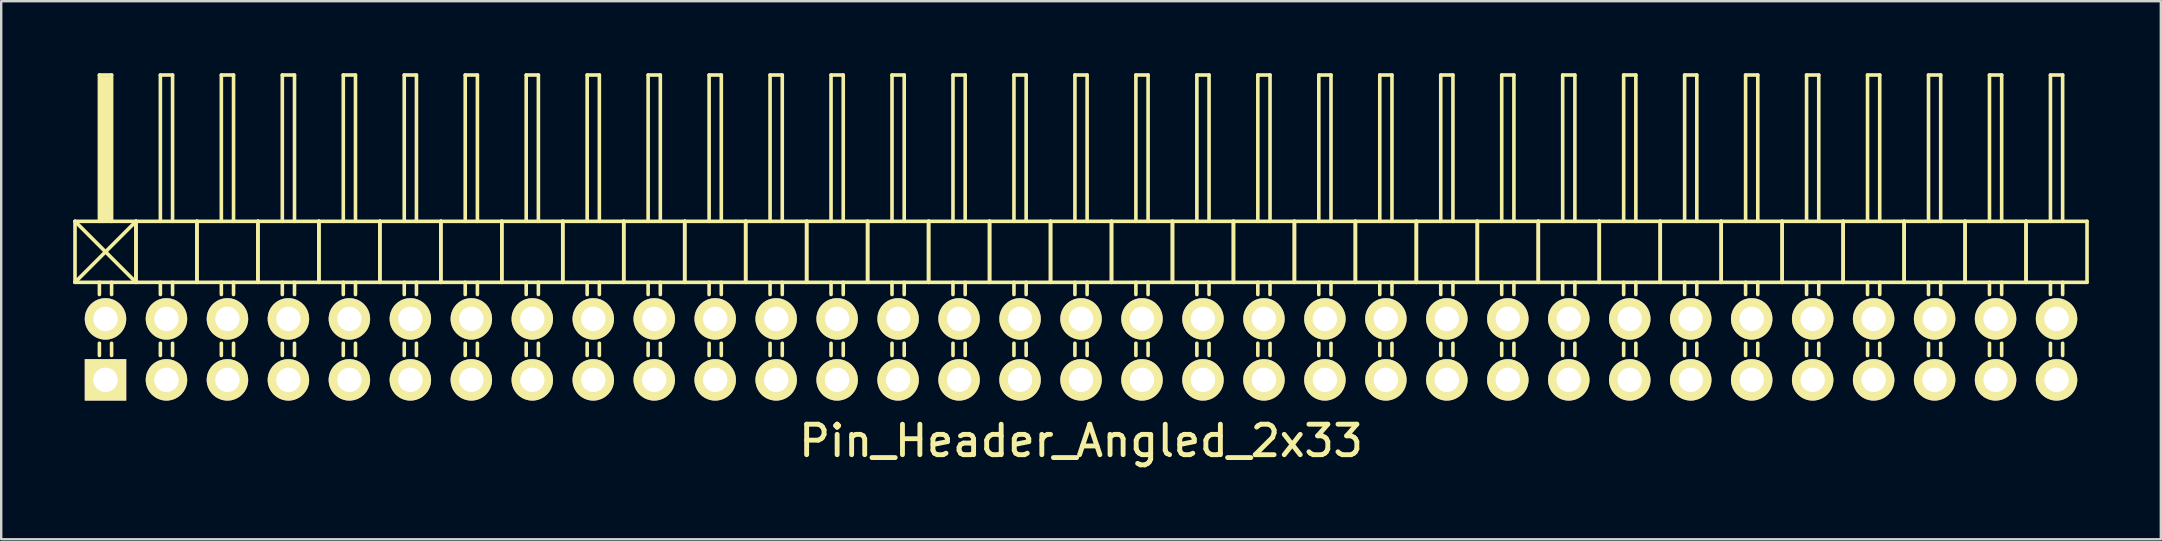
<source format=kicad_pcb>
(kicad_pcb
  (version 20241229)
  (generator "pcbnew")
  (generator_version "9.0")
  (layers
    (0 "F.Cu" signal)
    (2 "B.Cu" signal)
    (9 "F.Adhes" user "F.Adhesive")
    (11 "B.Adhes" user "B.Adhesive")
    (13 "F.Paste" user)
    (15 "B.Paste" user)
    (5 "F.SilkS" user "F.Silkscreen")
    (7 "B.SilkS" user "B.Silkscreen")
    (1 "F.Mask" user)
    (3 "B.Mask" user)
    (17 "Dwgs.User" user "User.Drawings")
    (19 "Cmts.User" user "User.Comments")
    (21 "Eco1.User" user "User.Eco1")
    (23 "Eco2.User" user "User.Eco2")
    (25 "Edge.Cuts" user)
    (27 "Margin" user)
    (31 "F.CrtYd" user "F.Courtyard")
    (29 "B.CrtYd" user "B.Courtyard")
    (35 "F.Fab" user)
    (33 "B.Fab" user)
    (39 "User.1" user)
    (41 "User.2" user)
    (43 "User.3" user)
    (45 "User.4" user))
  (footprint "Pin_Header_Angled_2x33"
    (layer "F.Cu")
    (at 41.985 11.505)
    (property "Reference" "Pin_Header_Angled_2x33" (at 0 3.81 0) (layer "F.SilkS") (effects (font (size 1.27 1.27) (thickness 0.203))))
    (attr through_hole)
    (fp_line (start -41.91 -5.334) (end -39.37 -2.794) (stroke (width 0.15) (type solid)) (layer "F.SilkS"))
    (fp_line (start -41.91 -2.794) (end -41.91 -5.334) (stroke (width 0.15) (type solid)) (layer "F.SilkS"))
    (fp_line (start -41.91 -2.794) (end -39.37 -5.334) (stroke (width 0.15) (type solid)) (layer "F.SilkS"))
    (fp_line (start -41.91 -2.794) (end -39.37 -2.794) (stroke (width 0.15) (type solid)) (layer "F.SilkS"))
    (fp_line (start -40.894 -11.43) (end -40.386 -11.43) (stroke (width 0.15) (type solid)) (layer "F.SilkS"))
    (fp_line (start -40.894 -5.334) (end -40.894 -11.43) (stroke (width 0.15) (type solid)) (layer "F.SilkS"))
    (fp_line (start -40.894 -2.794) (end -40.894 -2.286) (stroke (width 0.15) (type solid)) (layer "F.SilkS"))
    (fp_line (start -40.894 -0.254) (end -40.894 0.254) (stroke (width 0.15) (type solid)) (layer "F.SilkS"))
    (fp_line (start -40.767 -11.303) (end -40.513 -11.303) (stroke (width 0.15) (type solid)) (layer "F.SilkS"))
    (fp_line (start -40.767 -5.334) (end -40.767 -11.303) (stroke (width 0.15) (type solid)) (layer "F.SilkS"))
    (fp_line (start -40.64 -5.461) (end -40.64 -11.303) (stroke (width 0.15) (type solid)) (layer "F.SilkS"))
    (fp_line (start -40.513 -11.303) (end -40.513 -5.461) (stroke (width 0.15) (type solid)) (layer "F.SilkS"))
    (fp_line (start -40.513 -5.461) (end -40.64 -5.461) (stroke (width 0.15) (type solid)) (layer "F.SilkS"))
    (fp_line (start -40.386 -11.43) (end -40.386 -5.334) (stroke (width 0.15) (type solid)) (layer "F.SilkS"))
    (fp_line (start -40.386 -2.794) (end -40.386 -2.286) (stroke (width 0.15) (type solid)) (layer "F.SilkS"))
    (fp_line (start -40.386 -0.254) (end -40.386 0.254) (stroke (width 0.15) (type solid)) (layer "F.SilkS"))
    (fp_line (start -39.37 -5.334) (end -41.91 -5.334) (stroke (width 0.15) (type solid)) (layer "F.SilkS"))
    (fp_line (start -39.37 -2.794) (end -39.37 -5.334) (stroke (width 0.15) (type solid)) (layer "F.SilkS"))
    (fp_line (start -39.37 -2.794) (end -39.37 -5.334) (stroke (width 0.15) (type solid)) (layer "F.SilkS"))
    (fp_line (start -39.37 -2.794) (end -36.83 -2.794) (stroke (width 0.15) (type solid)) (layer "F.SilkS"))
    (fp_line (start -38.354 -11.43) (end -37.846 -11.43) (stroke (width 0.15) (type solid)) (layer "F.SilkS"))
    (fp_line (start -38.354 -5.334) (end -38.354 -11.43) (stroke (width 0.15) (type solid)) (layer "F.SilkS"))
    (fp_line (start -38.354 -2.794) (end -38.354 -2.286) (stroke (width 0.15) (type solid)) (layer "F.SilkS"))
    (fp_line (start -38.354 -0.254) (end -38.354 0.254) (stroke (width 0.15) (type solid)) (layer "F.SilkS"))
    (fp_line (start -37.846 -11.43) (end -37.846 -5.334) (stroke (width 0.15) (type solid)) (layer "F.SilkS"))
    (fp_line (start -37.846 -2.794) (end -37.846 -2.286) (stroke (width 0.15) (type solid)) (layer "F.SilkS"))
    (fp_line (start -37.846 -0.254) (end -37.846 0.254) (stroke (width 0.15) (type solid)) (layer "F.SilkS"))
    (fp_line (start -36.83 -5.334) (end -39.37 -5.334) (stroke (width 0.15) (type solid)) (layer "F.SilkS"))
    (fp_line (start -36.83 -2.794) (end -36.83 -5.334) (stroke (width 0.15) (type solid)) (layer "F.SilkS"))
    (fp_line (start -36.83 -2.794) (end -36.83 -5.334) (stroke (width 0.15) (type solid)) (layer "F.SilkS"))
    (fp_line (start -36.83 -2.794) (end -34.29 -2.794) (stroke (width 0.15) (type solid)) (layer "F.SilkS"))
    (fp_line (start -35.814 -11.43) (end -35.306 -11.43) (stroke (width 0.15) (type solid)) (layer "F.SilkS"))
    (fp_line (start -35.814 -5.334) (end -35.814 -11.43) (stroke (width 0.15) (type solid)) (layer "F.SilkS"))
    (fp_line (start -35.814 -2.794) (end -35.814 -2.286) (stroke (width 0.15) (type solid)) (layer "F.SilkS"))
    (fp_line (start -35.814 -0.254) (end -35.814 0.254) (stroke (width 0.15) (type solid)) (layer "F.SilkS"))
    (fp_line (start -35.306 -11.43) (end -35.306 -5.334) (stroke (width 0.15) (type solid)) (layer "F.SilkS"))
    (fp_line (start -35.306 -2.794) (end -35.306 -2.286) (stroke (width 0.15) (type solid)) (layer "F.SilkS"))
    (fp_line (start -35.306 -0.254) (end -35.306 0.254) (stroke (width 0.15) (type solid)) (layer "F.SilkS"))
    (fp_line (start -34.29 -5.334) (end -36.83 -5.334) (stroke (width 0.15) (type solid)) (layer "F.SilkS"))
    (fp_line (start -34.29 -2.794) (end -34.29 -5.334) (stroke (width 0.15) (type solid)) (layer "F.SilkS"))
    (fp_line (start -34.29 -2.794) (end -34.29 -5.334) (stroke (width 0.15) (type solid)) (layer "F.SilkS"))
    (fp_line (start -34.29 -2.794) (end -31.75 -2.794) (stroke (width 0.15) (type solid)) (layer "F.SilkS"))
    (fp_line (start -33.274 -11.43) (end -32.766 -11.43) (stroke (width 0.15) (type solid)) (layer "F.SilkS"))
    (fp_line (start -33.274 -5.334) (end -33.274 -11.43) (stroke (width 0.15) (type solid)) (layer "F.SilkS"))
    (fp_line (start -33.274 -2.794) (end -33.274 -2.286) (stroke (width 0.15) (type solid)) (layer "F.SilkS"))
    (fp_line (start -33.274 -0.254) (end -33.274 0.254) (stroke (width 0.15) (type solid)) (layer "F.SilkS"))
    (fp_line (start -32.766 -11.43) (end -32.766 -5.334) (stroke (width 0.15) (type solid)) (layer "F.SilkS"))
    (fp_line (start -32.766 -2.794) (end -32.766 -2.286) (stroke (width 0.15) (type solid)) (layer "F.SilkS"))
    (fp_line (start -32.766 -0.254) (end -32.766 0.254) (stroke (width 0.15) (type solid)) (layer "F.SilkS"))
    (fp_line (start -31.75 -5.334) (end -34.29 -5.334) (stroke (width 0.15) (type solid)) (layer "F.SilkS"))
    (fp_line (start -31.75 -2.794) (end -31.75 -5.334) (stroke (width 0.15) (type solid)) (layer "F.SilkS"))
    (fp_line (start -31.75 -2.794) (end -31.75 -5.334) (stroke (width 0.15) (type solid)) (layer "F.SilkS"))
    (fp_line (start -31.75 -2.794) (end -29.21 -2.794) (stroke (width 0.15) (type solid)) (layer "F.SilkS"))
    (fp_line (start -30.734 -11.43) (end -30.226 -11.43) (stroke (width 0.15) (type solid)) (layer "F.SilkS"))
    (fp_line (start -30.734 -5.334) (end -30.734 -11.43) (stroke (width 0.15) (type solid)) (layer "F.SilkS"))
    (fp_line (start -30.734 -2.794) (end -30.734 -2.286) (stroke (width 0.15) (type solid)) (layer "F.SilkS"))
    (fp_line (start -30.734 -0.254) (end -30.734 0.254) (stroke (width 0.15) (type solid)) (layer "F.SilkS"))
    (fp_line (start -30.226 -11.43) (end -30.226 -5.334) (stroke (width 0.15) (type solid)) (layer "F.SilkS"))
    (fp_line (start -30.226 -2.794) (end -30.226 -2.286) (stroke (width 0.15) (type solid)) (layer "F.SilkS"))
    (fp_line (start -30.226 -0.254) (end -30.226 0.254) (stroke (width 0.15) (type solid)) (layer "F.SilkS"))
    (fp_line (start -29.21 -5.334) (end -31.75 -5.334) (stroke (width 0.15) (type solid)) (layer "F.SilkS"))
    (fp_line (start -29.21 -2.794) (end -29.21 -5.334) (stroke (width 0.15) (type solid)) (layer "F.SilkS"))
    (fp_line (start -29.21 -2.794) (end -29.21 -5.334) (stroke (width 0.15) (type solid)) (layer "F.SilkS"))
    (fp_line (start -29.21 -2.794) (end -26.67 -2.794) (stroke (width 0.15) (type solid)) (layer "F.SilkS"))
    (fp_line (start -28.194 -11.43) (end -27.686 -11.43) (stroke (width 0.15) (type solid)) (layer "F.SilkS"))
    (fp_line (start -28.194 -5.334) (end -28.194 -11.43) (stroke (width 0.15) (type solid)) (layer "F.SilkS"))
    (fp_line (start -28.194 -2.794) (end -28.194 -2.286) (stroke (width 0.15) (type solid)) (layer "F.SilkS"))
    (fp_line (start -28.194 -0.254) (end -28.194 0.254) (stroke (width 0.15) (type solid)) (layer "F.SilkS"))
    (fp_line (start -27.686 -11.43) (end -27.686 -5.334) (stroke (width 0.15) (type solid)) (layer "F.SilkS"))
    (fp_line (start -27.686 -2.794) (end -27.686 -2.286) (stroke (width 0.15) (type solid)) (layer "F.SilkS"))
    (fp_line (start -27.686 -0.254) (end -27.686 0.254) (stroke (width 0.15) (type solid)) (layer "F.SilkS"))
    (fp_line (start -26.67 -5.334) (end -29.21 -5.334) (stroke (width 0.15) (type solid)) (layer "F.SilkS"))
    (fp_line (start -26.67 -2.794) (end -26.67 -5.334) (stroke (width 0.15) (type solid)) (layer "F.SilkS"))
    (fp_line (start -26.67 -2.794) (end -26.67 -5.334) (stroke (width 0.15) (type solid)) (layer "F.SilkS"))
    (fp_line (start -26.67 -2.794) (end -24.13 -2.794) (stroke (width 0.15) (type solid)) (layer "F.SilkS"))
    (fp_line (start -25.654 -11.43) (end -25.146 -11.43) (stroke (width 0.15) (type solid)) (layer "F.SilkS"))
    (fp_line (start -25.654 -5.334) (end -25.654 -11.43) (stroke (width 0.15) (type solid)) (layer "F.SilkS"))
    (fp_line (start -25.654 -2.794) (end -25.654 -2.286) (stroke (width 0.15) (type solid)) (layer "F.SilkS"))
    (fp_line (start -25.654 -0.254) (end -25.654 0.254) (stroke (width 0.15) (type solid)) (layer "F.SilkS"))
    (fp_line (start -25.146 -11.43) (end -25.146 -5.334) (stroke (width 0.15) (type solid)) (layer "F.SilkS"))
    (fp_line (start -25.146 -2.794) (end -25.146 -2.286) (stroke (width 0.15) (type solid)) (layer "F.SilkS"))
    (fp_line (start -25.146 -0.254) (end -25.146 0.254) (stroke (width 0.15) (type solid)) (layer "F.SilkS"))
    (fp_line (start -24.13 -5.334) (end -26.67 -5.334) (stroke (width 0.15) (type solid)) (layer "F.SilkS"))
    (fp_line (start -24.13 -2.794) (end -24.13 -5.334) (stroke (width 0.15) (type solid)) (layer "F.SilkS"))
    (fp_line (start -24.13 -2.794) (end -24.13 -5.334) (stroke (width 0.15) (type solid)) (layer "F.SilkS"))
    (fp_line (start -24.13 -2.794) (end -21.59 -2.794) (stroke (width 0.15) (type solid)) (layer "F.SilkS"))
    (fp_line (start -23.114 -11.43) (end -22.606 -11.43) (stroke (width 0.15) (type solid)) (layer "F.SilkS"))
    (fp_line (start -23.114 -5.334) (end -23.114 -11.43) (stroke (width 0.15) (type solid)) (layer "F.SilkS"))
    (fp_line (start -23.114 -2.794) (end -23.114 -2.286) (stroke (width 0.15) (type solid)) (layer "F.SilkS"))
    (fp_line (start -23.114 -0.254) (end -23.114 0.254) (stroke (width 0.15) (type solid)) (layer "F.SilkS"))
    (fp_line (start -22.606 -11.43) (end -22.606 -5.334) (stroke (width 0.15) (type solid)) (layer "F.SilkS"))
    (fp_line (start -22.606 -2.794) (end -22.606 -2.286) (stroke (width 0.15) (type solid)) (layer "F.SilkS"))
    (fp_line (start -22.606 -0.254) (end -22.606 0.254) (stroke (width 0.15) (type solid)) (layer "F.SilkS"))
    (fp_line (start -21.59 -5.334) (end -24.13 -5.334) (stroke (width 0.15) (type solid)) (layer "F.SilkS"))
    (fp_line (start -21.59 -2.794) (end -21.59 -5.334) (stroke (width 0.15) (type solid)) (layer "F.SilkS"))
    (fp_line (start -21.59 -2.794) (end -21.59 -5.334) (stroke (width 0.15) (type solid)) (layer "F.SilkS"))
    (fp_line (start -21.59 -2.794) (end -19.05 -2.794) (stroke (width 0.15) (type solid)) (layer "F.SilkS"))
    (fp_line (start -20.574 -11.43) (end -20.066 -11.43) (stroke (width 0.15) (type solid)) (layer "F.SilkS"))
    (fp_line (start -20.574 -5.334) (end -20.574 -11.43) (stroke (width 0.15) (type solid)) (layer "F.SilkS"))
    (fp_line (start -20.574 -2.794) (end -20.574 -2.286) (stroke (width 0.15) (type solid)) (layer "F.SilkS"))
    (fp_line (start -20.574 -0.254) (end -20.574 0.254) (stroke (width 0.15) (type solid)) (layer "F.SilkS"))
    (fp_line (start -20.066 -11.43) (end -20.066 -5.334) (stroke (width 0.15) (type solid)) (layer "F.SilkS"))
    (fp_line (start -20.066 -2.794) (end -20.066 -2.286) (stroke (width 0.15) (type solid)) (layer "F.SilkS"))
    (fp_line (start -20.066 -0.254) (end -20.066 0.254) (stroke (width 0.15) (type solid)) (layer "F.SilkS"))
    (fp_line (start -19.05 -5.334) (end -21.59 -5.334) (stroke (width 0.15) (type solid)) (layer "F.SilkS"))
    (fp_line (start -19.05 -2.794) (end -19.05 -5.334) (stroke (width 0.15) (type solid)) (layer "F.SilkS"))
    (fp_line (start -19.05 -2.794) (end -19.05 -5.334) (stroke (width 0.15) (type solid)) (layer "F.SilkS"))
    (fp_line (start -19.05 -2.794) (end -16.51 -2.794) (stroke (width 0.15) (type solid)) (layer "F.SilkS"))
    (fp_line (start -18.034 -11.43) (end -17.526 -11.43) (stroke (width 0.15) (type solid)) (layer "F.SilkS"))
    (fp_line (start -18.034 -5.334) (end -18.034 -11.43) (stroke (width 0.15) (type solid)) (layer "F.SilkS"))
    (fp_line (start -18.034 -2.794) (end -18.034 -2.286) (stroke (width 0.15) (type solid)) (layer "F.SilkS"))
    (fp_line (start -18.034 -0.254) (end -18.034 0.254) (stroke (width 0.15) (type solid)) (layer "F.SilkS"))
    (fp_line (start -17.526 -11.43) (end -17.526 -5.334) (stroke (width 0.15) (type solid)) (layer "F.SilkS"))
    (fp_line (start -17.526 -2.794) (end -17.526 -2.286) (stroke (width 0.15) (type solid)) (layer "F.SilkS"))
    (fp_line (start -17.526 -0.254) (end -17.526 0.254) (stroke (width 0.15) (type solid)) (layer "F.SilkS"))
    (fp_line (start -16.51 -5.334) (end -19.05 -5.334) (stroke (width 0.15) (type solid)) (layer "F.SilkS"))
    (fp_line (start -16.51 -2.794) (end -16.51 -5.334) (stroke (width 0.15) (type solid)) (layer "F.SilkS"))
    (fp_line (start -16.51 -2.794) (end -16.51 -5.334) (stroke (width 0.15) (type solid)) (layer "F.SilkS"))
    (fp_line (start -16.51 -2.794) (end -13.97 -2.794) (stroke (width 0.15) (type solid)) (layer "F.SilkS"))
    (fp_line (start -15.494 -11.43) (end -14.986 -11.43) (stroke (width 0.15) (type solid)) (layer "F.SilkS"))
    (fp_line (start -15.494 -5.334) (end -15.494 -11.43) (stroke (width 0.15) (type solid)) (layer "F.SilkS"))
    (fp_line (start -15.494 -2.794) (end -15.494 -2.286) (stroke (width 0.15) (type solid)) (layer "F.SilkS"))
    (fp_line (start -15.494 -0.254) (end -15.494 0.254) (stroke (width 0.15) (type solid)) (layer "F.SilkS"))
    (fp_line (start -14.986 -11.43) (end -14.986 -5.334) (stroke (width 0.15) (type solid)) (layer "F.SilkS"))
    (fp_line (start -14.986 -2.794) (end -14.986 -2.286) (stroke (width 0.15) (type solid)) (layer "F.SilkS"))
    (fp_line (start -14.986 -0.254) (end -14.986 0.254) (stroke (width 0.15) (type solid)) (layer "F.SilkS"))
    (fp_line (start -13.97 -5.334) (end -16.51 -5.334) (stroke (width 0.15) (type solid)) (layer "F.SilkS"))
    (fp_line (start -13.97 -2.794) (end -13.97 -5.334) (stroke (width 0.15) (type solid)) (layer "F.SilkS"))
    (fp_line (start -13.97 -2.794) (end -13.97 -5.334) (stroke (width 0.15) (type solid)) (layer "F.SilkS"))
    (fp_line (start -13.97 -2.794) (end -11.43 -2.794) (stroke (width 0.15) (type solid)) (layer "F.SilkS"))
    (fp_line (start -12.954 -11.43) (end -12.446 -11.43) (stroke (width 0.15) (type solid)) (layer "F.SilkS"))
    (fp_line (start -12.954 -5.334) (end -12.954 -11.43) (stroke (width 0.15) (type solid)) (layer "F.SilkS"))
    (fp_line (start -12.954 -2.794) (end -12.954 -2.286) (stroke (width 0.15) (type solid)) (layer "F.SilkS"))
    (fp_line (start -12.954 -0.254) (end -12.954 0.254) (stroke (width 0.15) (type solid)) (layer "F.SilkS"))
    (fp_line (start -12.446 -11.43) (end -12.446 -5.334) (stroke (width 0.15) (type solid)) (layer "F.SilkS"))
    (fp_line (start -12.446 -2.794) (end -12.446 -2.286) (stroke (width 0.15) (type solid)) (layer "F.SilkS"))
    (fp_line (start -12.446 -0.254) (end -12.446 0.254) (stroke (width 0.15) (type solid)) (layer "F.SilkS"))
    (fp_line (start -11.43 -5.334) (end -13.97 -5.334) (stroke (width 0.15) (type solid)) (layer "F.SilkS"))
    (fp_line (start -11.43 -2.794) (end -11.43 -5.334) (stroke (width 0.15) (type solid)) (layer "F.SilkS"))
    (fp_line (start -11.43 -2.794) (end -11.43 -5.334) (stroke (width 0.15) (type solid)) (layer "F.SilkS"))
    (fp_line (start -11.43 -2.794) (end -8.89 -2.794) (stroke (width 0.15) (type solid)) (layer "F.SilkS"))
    (fp_line (start -10.414 -11.43) (end -9.906 -11.43) (stroke (width 0.15) (type solid)) (layer "F.SilkS"))
    (fp_line (start -10.414 -5.334) (end -10.414 -11.43) (stroke (width 0.15) (type solid)) (layer "F.SilkS"))
    (fp_line (start -10.414 -2.794) (end -10.414 -2.286) (stroke (width 0.15) (type solid)) (layer "F.SilkS"))
    (fp_line (start -10.414 -0.254) (end -10.414 0.254) (stroke (width 0.15) (type solid)) (layer "F.SilkS"))
    (fp_line (start -9.906 -11.43) (end -9.906 -5.334) (stroke (width 0.15) (type solid)) (layer "F.SilkS"))
    (fp_line (start -9.906 -2.794) (end -9.906 -2.286) (stroke (width 0.15) (type solid)) (layer "F.SilkS"))
    (fp_line (start -9.906 -0.254) (end -9.906 0.254) (stroke (width 0.15) (type solid)) (layer "F.SilkS"))
    (fp_line (start -8.89 -5.334) (end -11.43 -5.334) (stroke (width 0.15) (type solid)) (layer "F.SilkS"))
    (fp_line (start -8.89 -2.794) (end -8.89 -5.334) (stroke (width 0.15) (type solid)) (layer "F.SilkS"))
    (fp_line (start -8.89 -2.794) (end -8.89 -5.334) (stroke (width 0.15) (type solid)) (layer "F.SilkS"))
    (fp_line (start -8.89 -2.794) (end -6.35 -2.794) (stroke (width 0.15) (type solid)) (layer "F.SilkS"))
    (fp_line (start -7.874 -11.43) (end -7.366 -11.43) (stroke (width 0.15) (type solid)) (layer "F.SilkS"))
    (fp_line (start -7.874 -5.334) (end -7.874 -11.43) (stroke (width 0.15) (type solid)) (layer "F.SilkS"))
    (fp_line (start -7.874 -2.794) (end -7.874 -2.286) (stroke (width 0.15) (type solid)) (layer "F.SilkS"))
    (fp_line (start -7.874 -0.254) (end -7.874 0.254) (stroke (width 0.15) (type solid)) (layer "F.SilkS"))
    (fp_line (start -7.366 -11.43) (end -7.366 -5.334) (stroke (width 0.15) (type solid)) (layer "F.SilkS"))
    (fp_line (start -7.366 -2.794) (end -7.366 -2.286) (stroke (width 0.15) (type solid)) (layer "F.SilkS"))
    (fp_line (start -7.366 -0.254) (end -7.366 0.254) (stroke (width 0.15) (type solid)) (layer "F.SilkS"))
    (fp_line (start -6.35 -5.334) (end -8.89 -5.334) (stroke (width 0.15) (type solid)) (layer "F.SilkS"))
    (fp_line (start -6.35 -2.794) (end -6.35 -5.334) (stroke (width 0.15) (type solid)) (layer "F.SilkS"))
    (fp_line (start -6.35 -2.794) (end -6.35 -5.334) (stroke (width 0.15) (type solid)) (layer "F.SilkS"))
    (fp_line (start -6.35 -2.794) (end -3.81 -2.794) (stroke (width 0.15) (type solid)) (layer "F.SilkS"))
    (fp_line (start -5.334 -11.43) (end -4.826 -11.43) (stroke (width 0.15) (type solid)) (layer "F.SilkS"))
    (fp_line (start -5.334 -5.334) (end -5.334 -11.43) (stroke (width 0.15) (type solid)) (layer "F.SilkS"))
    (fp_line (start -5.334 -2.794) (end -5.334 -2.286) (stroke (width 0.15) (type solid)) (layer "F.SilkS"))
    (fp_line (start -5.334 -0.254) (end -5.334 0.254) (stroke (width 0.15) (type solid)) (layer "F.SilkS"))
    (fp_line (start -4.826 -11.43) (end -4.826 -5.334) (stroke (width 0.15) (type solid)) (layer "F.SilkS"))
    (fp_line (start -4.826 -2.794) (end -4.826 -2.286) (stroke (width 0.15) (type solid)) (layer "F.SilkS"))
    (fp_line (start -4.826 -0.254) (end -4.826 0.254) (stroke (width 0.15) (type solid)) (layer "F.SilkS"))
    (fp_line (start -3.81 -5.334) (end -6.35 -5.334) (stroke (width 0.15) (type solid)) (layer "F.SilkS"))
    (fp_line (start -3.81 -2.794) (end -3.81 -5.334) (stroke (width 0.15) (type solid)) (layer "F.SilkS"))
    (fp_line (start -3.81 -2.794) (end -3.81 -5.334) (stroke (width 0.15) (type solid)) (layer "F.SilkS"))
    (fp_line (start -3.81 -2.794) (end -1.27 -2.794) (stroke (width 0.15) (type solid)) (layer "F.SilkS"))
    (fp_line (start -2.794 -11.43) (end -2.286 -11.43) (stroke (width 0.15) (type solid)) (layer "F.SilkS"))
    (fp_line (start -2.794 -5.334) (end -2.794 -11.43) (stroke (width 0.15) (type solid)) (layer "F.SilkS"))
    (fp_line (start -2.794 -2.794) (end -2.794 -2.286) (stroke (width 0.15) (type solid)) (layer "F.SilkS"))
    (fp_line (start -2.794 -0.254) (end -2.794 0.254) (stroke (width 0.15) (type solid)) (layer "F.SilkS"))
    (fp_line (start -2.286 -11.43) (end -2.286 -5.334) (stroke (width 0.15) (type solid)) (layer "F.SilkS"))
    (fp_line (start -2.286 -2.794) (end -2.286 -2.286) (stroke (width 0.15) (type solid)) (layer "F.SilkS"))
    (fp_line (start -2.286 -0.254) (end -2.286 0.254) (stroke (width 0.15) (type solid)) (layer "F.SilkS"))
    (fp_line (start -1.27 -5.334) (end -3.81 -5.334) (stroke (width 0.15) (type solid)) (layer "F.SilkS"))
    (fp_line (start -1.27 -2.794) (end -1.27 -5.334) (stroke (width 0.15) (type solid)) (layer "F.SilkS"))
    (fp_line (start -1.27 -2.794) (end -1.27 -5.334) (stroke (width 0.15) (type solid)) (layer "F.SilkS"))
    (fp_line (start -1.27 -2.794) (end 1.27 -2.794) (stroke (width 0.15) (type solid)) (layer "F.SilkS"))
    (fp_line (start -0.254 -11.43) (end 0.254 -11.43) (stroke (width 0.15) (type solid)) (layer "F.SilkS"))
    (fp_line (start -0.254 -5.334) (end -0.254 -11.43) (stroke (width 0.15) (type solid)) (layer "F.SilkS"))
    (fp_line (start -0.254 -2.794) (end -0.254 -2.286) (stroke (width 0.15) (type solid)) (layer "F.SilkS"))
    (fp_line (start -0.254 -0.254) (end -0.254 0.254) (stroke (width 0.15) (type solid)) (layer "F.SilkS"))
    (fp_line (start 0.254 -11.43) (end 0.254 -5.334) (stroke (width 0.15) (type solid)) (layer "F.SilkS"))
    (fp_line (start 0.254 -2.794) (end 0.254 -2.286) (stroke (width 0.15) (type solid)) (layer "F.SilkS"))
    (fp_line (start 0.254 -0.254) (end 0.254 0.254) (stroke (width 0.15) (type solid)) (layer "F.SilkS"))
    (fp_line (start 1.27 -5.334) (end -1.27 -5.334) (stroke (width 0.15) (type solid)) (layer "F.SilkS"))
    (fp_line (start 1.27 -2.794) (end 1.27 -5.334) (stroke (width 0.15) (type solid)) (layer "F.SilkS"))
    (fp_line (start 1.27 -2.794) (end 1.27 -5.334) (stroke (width 0.15) (type solid)) (layer "F.SilkS"))
    (fp_line (start 1.27 -2.794) (end 3.81 -2.794) (stroke (width 0.15) (type solid)) (layer "F.SilkS"))
    (fp_line (start 2.286 -11.43) (end 2.794 -11.43) (stroke (width 0.15) (type solid)) (layer "F.SilkS"))
    (fp_line (start 2.286 -5.334) (end 2.286 -11.43) (stroke (width 0.15) (type solid)) (layer "F.SilkS"))
    (fp_line (start 2.286 -2.794) (end 2.286 -2.286) (stroke (width 0.15) (type solid)) (layer "F.SilkS"))
    (fp_line (start 2.286 -0.254) (end 2.286 0.254) (stroke (width 0.15) (type solid)) (layer "F.SilkS"))
    (fp_line (start 2.794 -11.43) (end 2.794 -5.334) (stroke (width 0.15) (type solid)) (layer "F.SilkS"))
    (fp_line (start 2.794 -2.794) (end 2.794 -2.286) (stroke (width 0.15) (type solid)) (layer "F.SilkS"))
    (fp_line (start 2.794 -0.254) (end 2.794 0.254) (stroke (width 0.15) (type solid)) (layer "F.SilkS"))
    (fp_line (start 3.81 -5.334) (end 1.27 -5.334) (stroke (width 0.15) (type solid)) (layer "F.SilkS"))
    (fp_line (start 3.81 -2.794) (end 3.81 -5.334) (stroke (width 0.15) (type solid)) (layer "F.SilkS"))
    (fp_line (start 3.81 -2.794) (end 3.81 -5.334) (stroke (width 0.15) (type solid)) (layer "F.SilkS"))
    (fp_line (start 3.81 -2.794) (end 6.35 -2.794) (stroke (width 0.15) (type solid)) (layer "F.SilkS"))
    (fp_line (start 4.826 -11.43) (end 5.334 -11.43) (stroke (width 0.15) (type solid)) (layer "F.SilkS"))
    (fp_line (start 4.826 -5.334) (end 4.826 -11.43) (stroke (width 0.15) (type solid)) (layer "F.SilkS"))
    (fp_line (start 4.826 -2.794) (end 4.826 -2.286) (stroke (width 0.15) (type solid)) (layer "F.SilkS"))
    (fp_line (start 4.826 -0.254) (end 4.826 0.254) (stroke (width 0.15) (type solid)) (layer "F.SilkS"))
    (fp_line (start 5.334 -11.43) (end 5.334 -5.334) (stroke (width 0.15) (type solid)) (layer "F.SilkS"))
    (fp_line (start 5.334 -2.794) (end 5.334 -2.286) (stroke (width 0.15) (type solid)) (layer "F.SilkS"))
    (fp_line (start 5.334 -0.254) (end 5.334 0.254) (stroke (width 0.15) (type solid)) (layer "F.SilkS"))
    (fp_line (start 6.35 -5.334) (end 3.81 -5.334) (stroke (width 0.15) (type solid)) (layer "F.SilkS"))
    (fp_line (start 6.35 -2.794) (end 6.35 -5.334) (stroke (width 0.15) (type solid)) (layer "F.SilkS"))
    (fp_line (start 6.35 -2.794) (end 6.35 -5.334) (stroke (width 0.15) (type solid)) (layer "F.SilkS"))
    (fp_line (start 6.35 -2.794) (end 8.89 -2.794) (stroke (width 0.15) (type solid)) (layer "F.SilkS"))
    (fp_line (start 7.366 -11.43) (end 7.874 -11.43) (stroke (width 0.15) (type solid)) (layer "F.SilkS"))
    (fp_line (start 7.366 -5.334) (end 7.366 -11.43) (stroke (width 0.15) (type solid)) (layer "F.SilkS"))
    (fp_line (start 7.366 -2.794) (end 7.366 -2.286) (stroke (width 0.15) (type solid)) (layer "F.SilkS"))
    (fp_line (start 7.366 -0.254) (end 7.366 0.254) (stroke (width 0.15) (type solid)) (layer "F.SilkS"))
    (fp_line (start 7.874 -11.43) (end 7.874 -5.334) (stroke (width 0.15) (type solid)) (layer "F.SilkS"))
    (fp_line (start 7.874 -2.794) (end 7.874 -2.286) (stroke (width 0.15) (type solid)) (layer "F.SilkS"))
    (fp_line (start 7.874 -0.254) (end 7.874 0.254) (stroke (width 0.15) (type solid)) (layer "F.SilkS"))
    (fp_line (start 8.89 -5.334) (end 6.35 -5.334) (stroke (width 0.15) (type solid)) (layer "F.SilkS"))
    (fp_line (start 8.89 -2.794) (end 8.89 -5.334) (stroke (width 0.15) (type solid)) (layer "F.SilkS"))
    (fp_line (start 8.89 -2.794) (end 8.89 -5.334) (stroke (width 0.15) (type solid)) (layer "F.SilkS"))
    (fp_line (start 8.89 -2.794) (end 11.43 -2.794) (stroke (width 0.15) (type solid)) (layer "F.SilkS"))
    (fp_line (start 9.906 -11.43) (end 10.414 -11.43) (stroke (width 0.15) (type solid)) (layer "F.SilkS"))
    (fp_line (start 9.906 -5.334) (end 9.906 -11.43) (stroke (width 0.15) (type solid)) (layer "F.SilkS"))
    (fp_line (start 9.906 -2.794) (end 9.906 -2.286) (stroke (width 0.15) (type solid)) (layer "F.SilkS"))
    (fp_line (start 9.906 -0.254) (end 9.906 0.254) (stroke (width 0.15) (type solid)) (layer "F.SilkS"))
    (fp_line (start 10.414 -11.43) (end 10.414 -5.334) (stroke (width 0.15) (type solid)) (layer "F.SilkS"))
    (fp_line (start 10.414 -2.794) (end 10.414 -2.286) (stroke (width 0.15) (type solid)) (layer "F.SilkS"))
    (fp_line (start 10.414 -0.254) (end 10.414 0.254) (stroke (width 0.15) (type solid)) (layer "F.SilkS"))
    (fp_line (start 11.43 -5.334) (end 8.89 -5.334) (stroke (width 0.15) (type solid)) (layer "F.SilkS"))
    (fp_line (start 11.43 -2.794) (end 11.43 -5.334) (stroke (width 0.15) (type solid)) (layer "F.SilkS"))
    (fp_line (start 11.43 -2.794) (end 11.43 -5.334) (stroke (width 0.15) (type solid)) (layer "F.SilkS"))
    (fp_line (start 11.43 -2.794) (end 13.97 -2.794) (stroke (width 0.15) (type solid)) (layer "F.SilkS"))
    (fp_line (start 12.446 -11.43) (end 12.954 -11.43) (stroke (width 0.15) (type solid)) (layer "F.SilkS"))
    (fp_line (start 12.446 -5.334) (end 12.446 -11.43) (stroke (width 0.15) (type solid)) (layer "F.SilkS"))
    (fp_line (start 12.446 -2.794) (end 12.446 -2.286) (stroke (width 0.15) (type solid)) (layer "F.SilkS"))
    (fp_line (start 12.446 -0.254) (end 12.446 0.254) (stroke (width 0.15) (type solid)) (layer "F.SilkS"))
    (fp_line (start 12.954 -11.43) (end 12.954 -5.334) (stroke (width 0.15) (type solid)) (layer "F.SilkS"))
    (fp_line (start 12.954 -2.794) (end 12.954 -2.286) (stroke (width 0.15) (type solid)) (layer "F.SilkS"))
    (fp_line (start 12.954 -0.254) (end 12.954 0.254) (stroke (width 0.15) (type solid)) (layer "F.SilkS"))
    (fp_line (start 13.97 -5.334) (end 11.43 -5.334) (stroke (width 0.15) (type solid)) (layer "F.SilkS"))
    (fp_line (start 13.97 -2.794) (end 13.97 -5.334) (stroke (width 0.15) (type solid)) (layer "F.SilkS"))
    (fp_line (start 13.97 -2.794) (end 13.97 -5.334) (stroke (width 0.15) (type solid)) (layer "F.SilkS"))
    (fp_line (start 13.97 -2.794) (end 16.51 -2.794) (stroke (width 0.15) (type solid)) (layer "F.SilkS"))
    (fp_line (start 14.986 -11.43) (end 15.494 -11.43) (stroke (width 0.15) (type solid)) (layer "F.SilkS"))
    (fp_line (start 14.986 -5.334) (end 14.986 -11.43) (stroke (width 0.15) (type solid)) (layer "F.SilkS"))
    (fp_line (start 14.986 -2.794) (end 14.986 -2.286) (stroke (width 0.15) (type solid)) (layer "F.SilkS"))
    (fp_line (start 14.986 -0.254) (end 14.986 0.254) (stroke (width 0.15) (type solid)) (layer "F.SilkS"))
    (fp_line (start 15.494 -11.43) (end 15.494 -5.334) (stroke (width 0.15) (type solid)) (layer "F.SilkS"))
    (fp_line (start 15.494 -2.794) (end 15.494 -2.286) (stroke (width 0.15) (type solid)) (layer "F.SilkS"))
    (fp_line (start 15.494 -0.254) (end 15.494 0.254) (stroke (width 0.15) (type solid)) (layer "F.SilkS"))
    (fp_line (start 16.51 -5.334) (end 13.97 -5.334) (stroke (width 0.15) (type solid)) (layer "F.SilkS"))
    (fp_line (start 16.51 -2.794) (end 16.51 -5.334) (stroke (width 0.15) (type solid)) (layer "F.SilkS"))
    (fp_line (start 16.51 -2.794) (end 16.51 -5.334) (stroke (width 0.15) (type solid)) (layer "F.SilkS"))
    (fp_line (start 16.51 -2.794) (end 19.05 -2.794) (stroke (width 0.15) (type solid)) (layer "F.SilkS"))
    (fp_line (start 17.526 -11.43) (end 18.034 -11.43) (stroke (width 0.15) (type solid)) (layer "F.SilkS"))
    (fp_line (start 17.526 -5.334) (end 17.526 -11.43) (stroke (width 0.15) (type solid)) (layer "F.SilkS"))
    (fp_line (start 17.526 -2.794) (end 17.526 -2.286) (stroke (width 0.15) (type solid)) (layer "F.SilkS"))
    (fp_line (start 17.526 -0.254) (end 17.526 0.254) (stroke (width 0.15) (type solid)) (layer "F.SilkS"))
    (fp_line (start 18.034 -11.43) (end 18.034 -5.334) (stroke (width 0.15) (type solid)) (layer "F.SilkS"))
    (fp_line (start 18.034 -2.794) (end 18.034 -2.286) (stroke (width 0.15) (type solid)) (layer "F.SilkS"))
    (fp_line (start 18.034 -0.254) (end 18.034 0.254) (stroke (width 0.15) (type solid)) (layer "F.SilkS"))
    (fp_line (start 19.05 -5.334) (end 16.51 -5.334) (stroke (width 0.15) (type solid)) (layer "F.SilkS"))
    (fp_line (start 19.05 -2.794) (end 19.05 -5.334) (stroke (width 0.15) (type solid)) (layer "F.SilkS"))
    (fp_line (start 19.05 -2.794) (end 19.05 -5.334) (stroke (width 0.15) (type solid)) (layer "F.SilkS"))
    (fp_line (start 19.05 -2.794) (end 21.59 -2.794) (stroke (width 0.15) (type solid)) (layer "F.SilkS"))
    (fp_line (start 20.066 -11.43) (end 20.574 -11.43) (stroke (width 0.15) (type solid)) (layer "F.SilkS"))
    (fp_line (start 20.066 -5.334) (end 20.066 -11.43) (stroke (width 0.15) (type solid)) (layer "F.SilkS"))
    (fp_line (start 20.066 -2.794) (end 20.066 -2.286) (stroke (width 0.15) (type solid)) (layer "F.SilkS"))
    (fp_line (start 20.066 -0.254) (end 20.066 0.254) (stroke (width 0.15) (type solid)) (layer "F.SilkS"))
    (fp_line (start 20.574 -11.43) (end 20.574 -5.334) (stroke (width 0.15) (type solid)) (layer "F.SilkS"))
    (fp_line (start 20.574 -2.794) (end 20.574 -2.286) (stroke (width 0.15) (type solid)) (layer "F.SilkS"))
    (fp_line (start 20.574 -0.254) (end 20.574 0.254) (stroke (width 0.15) (type solid)) (layer "F.SilkS"))
    (fp_line (start 21.59 -5.334) (end 19.05 -5.334) (stroke (width 0.15) (type solid)) (layer "F.SilkS"))
    (fp_line (start 21.59 -2.794) (end 21.59 -5.334) (stroke (width 0.15) (type solid)) (layer "F.SilkS"))
    (fp_line (start 21.59 -2.794) (end 21.59 -5.334) (stroke (width 0.15) (type solid)) (layer "F.SilkS"))
    (fp_line (start 21.59 -2.794) (end 24.13 -2.794) (stroke (width 0.15) (type solid)) (layer "F.SilkS"))
    (fp_line (start 22.606 -11.43) (end 23.114 -11.43) (stroke (width 0.15) (type solid)) (layer "F.SilkS"))
    (fp_line (start 22.606 -5.334) (end 22.606 -11.43) (stroke (width 0.15) (type solid)) (layer "F.SilkS"))
    (fp_line (start 22.606 -2.794) (end 22.606 -2.286) (stroke (width 0.15) (type solid)) (layer "F.SilkS"))
    (fp_line (start 22.606 -0.254) (end 22.606 0.254) (stroke (width 0.15) (type solid)) (layer "F.SilkS"))
    (fp_line (start 23.114 -11.43) (end 23.114 -5.334) (stroke (width 0.15) (type solid)) (layer "F.SilkS"))
    (fp_line (start 23.114 -2.794) (end 23.114 -2.286) (stroke (width 0.15) (type solid)) (layer "F.SilkS"))
    (fp_line (start 23.114 -0.254) (end 23.114 0.254) (stroke (width 0.15) (type solid)) (layer "F.SilkS"))
    (fp_line (start 24.13 -5.334) (end 21.59 -5.334) (stroke (width 0.15) (type solid)) (layer "F.SilkS"))
    (fp_line (start 24.13 -2.794) (end 24.13 -5.334) (stroke (width 0.15) (type solid)) (layer "F.SilkS"))
    (fp_line (start 24.13 -2.794) (end 24.13 -5.334) (stroke (width 0.15) (type solid)) (layer "F.SilkS"))
    (fp_line (start 24.13 -2.794) (end 26.67 -2.794) (stroke (width 0.15) (type solid)) (layer "F.SilkS"))
    (fp_line (start 25.146 -11.43) (end 25.654 -11.43) (stroke (width 0.15) (type solid)) (layer "F.SilkS"))
    (fp_line (start 25.146 -5.334) (end 25.146 -11.43) (stroke (width 0.15) (type solid)) (layer "F.SilkS"))
    (fp_line (start 25.146 -2.794) (end 25.146 -2.286) (stroke (width 0.15) (type solid)) (layer "F.SilkS"))
    (fp_line (start 25.146 -0.254) (end 25.146 0.254) (stroke (width 0.15) (type solid)) (layer "F.SilkS"))
    (fp_line (start 25.654 -11.43) (end 25.654 -5.334) (stroke (width 0.15) (type solid)) (layer "F.SilkS"))
    (fp_line (start 25.654 -2.794) (end 25.654 -2.286) (stroke (width 0.15) (type solid)) (layer "F.SilkS"))
    (fp_line (start 25.654 -0.254) (end 25.654 0.254) (stroke (width 0.15) (type solid)) (layer "F.SilkS"))
    (fp_line (start 26.67 -5.334) (end 24.13 -5.334) (stroke (width 0.15) (type solid)) (layer "F.SilkS"))
    (fp_line (start 26.67 -2.794) (end 26.67 -5.334) (stroke (width 0.15) (type solid)) (layer "F.SilkS"))
    (fp_line (start 26.67 -2.794) (end 26.67 -5.334) (stroke (width 0.15) (type solid)) (layer "F.SilkS"))
    (fp_line (start 26.67 -2.794) (end 29.21 -2.794) (stroke (width 0.15) (type solid)) (layer "F.SilkS"))
    (fp_line (start 27.686 -11.43) (end 28.194 -11.43) (stroke (width 0.15) (type solid)) (layer "F.SilkS"))
    (fp_line (start 27.686 -5.334) (end 27.686 -11.43) (stroke (width 0.15) (type solid)) (layer "F.SilkS"))
    (fp_line (start 27.686 -2.794) (end 27.686 -2.286) (stroke (width 0.15) (type solid)) (layer "F.SilkS"))
    (fp_line (start 27.686 -0.254) (end 27.686 0.254) (stroke (width 0.15) (type solid)) (layer "F.SilkS"))
    (fp_line (start 28.194 -11.43) (end 28.194 -5.334) (stroke (width 0.15) (type solid)) (layer "F.SilkS"))
    (fp_line (start 28.194 -2.794) (end 28.194 -2.286) (stroke (width 0.15) (type solid)) (layer "F.SilkS"))
    (fp_line (start 28.194 -0.254) (end 28.194 0.254) (stroke (width 0.15) (type solid)) (layer "F.SilkS"))
    (fp_line (start 29.21 -5.334) (end 26.67 -5.334) (stroke (width 0.15) (type solid)) (layer "F.SilkS"))
    (fp_line (start 29.21 -2.794) (end 29.21 -5.334) (stroke (width 0.15) (type solid)) (layer "F.SilkS"))
    (fp_line (start 29.21 -2.794) (end 29.21 -5.334) (stroke (width 0.15) (type solid)) (layer "F.SilkS"))
    (fp_line (start 29.21 -2.794) (end 31.75 -2.794) (stroke (width 0.15) (type solid)) (layer "F.SilkS"))
    (fp_line (start 30.226 -11.43) (end 30.734 -11.43) (stroke (width 0.15) (type solid)) (layer "F.SilkS"))
    (fp_line (start 30.226 -5.334) (end 30.226 -11.43) (stroke (width 0.15) (type solid)) (layer "F.SilkS"))
    (fp_line (start 30.226 -2.794) (end 30.226 -2.286) (stroke (width 0.15) (type solid)) (layer "F.SilkS"))
    (fp_line (start 30.226 -0.254) (end 30.226 0.254) (stroke (width 0.15) (type solid)) (layer "F.SilkS"))
    (fp_line (start 30.734 -11.43) (end 30.734 -5.334) (stroke (width 0.15) (type solid)) (layer "F.SilkS"))
    (fp_line (start 30.734 -2.794) (end 30.734 -2.286) (stroke (width 0.15) (type solid)) (layer "F.SilkS"))
    (fp_line (start 30.734 -0.254) (end 30.734 0.254) (stroke (width 0.15) (type solid)) (layer "F.SilkS"))
    (fp_line (start 31.75 -5.334) (end 29.21 -5.334) (stroke (width 0.15) (type solid)) (layer "F.SilkS"))
    (fp_line (start 31.75 -2.794) (end 31.75 -5.334) (stroke (width 0.15) (type solid)) (layer "F.SilkS"))
    (fp_line (start 31.75 -2.794) (end 31.75 -5.334) (stroke (width 0.15) (type solid)) (layer "F.SilkS"))
    (fp_line (start 31.75 -2.794) (end 34.29 -2.794) (stroke (width 0.15) (type solid)) (layer "F.SilkS"))
    (fp_line (start 32.766 -11.43) (end 33.274 -11.43) (stroke (width 0.15) (type solid)) (layer "F.SilkS"))
    (fp_line (start 32.766 -5.334) (end 32.766 -11.43) (stroke (width 0.15) (type solid)) (layer "F.SilkS"))
    (fp_line (start 32.766 -2.794) (end 32.766 -2.286) (stroke (width 0.15) (type solid)) (layer "F.SilkS"))
    (fp_line (start 32.766 -0.254) (end 32.766 0.254) (stroke (width 0.15) (type solid)) (layer "F.SilkS"))
    (fp_line (start 33.274 -11.43) (end 33.274 -5.334) (stroke (width 0.15) (type solid)) (layer "F.SilkS"))
    (fp_line (start 33.274 -2.794) (end 33.274 -2.286) (stroke (width 0.15) (type solid)) (layer "F.SilkS"))
    (fp_line (start 33.274 -0.254) (end 33.274 0.254) (stroke (width 0.15) (type solid)) (layer "F.SilkS"))
    (fp_line (start 34.29 -5.334) (end 31.75 -5.334) (stroke (width 0.15) (type solid)) (layer "F.SilkS"))
    (fp_line (start 34.29 -2.794) (end 34.29 -5.334) (stroke (width 0.15) (type solid)) (layer "F.SilkS"))
    (fp_line (start 34.29 -2.794) (end 34.29 -5.334) (stroke (width 0.15) (type solid)) (layer "F.SilkS"))
    (fp_line (start 34.29 -2.794) (end 36.83 -2.794) (stroke (width 0.15) (type solid)) (layer "F.SilkS"))
    (fp_line (start 35.306 -11.43) (end 35.814 -11.43) (stroke (width 0.15) (type solid)) (layer "F.SilkS"))
    (fp_line (start 35.306 -5.334) (end 35.306 -11.43) (stroke (width 0.15) (type solid)) (layer "F.SilkS"))
    (fp_line (start 35.306 -2.794) (end 35.306 -2.286) (stroke (width 0.15) (type solid)) (layer "F.SilkS"))
    (fp_line (start 35.306 -0.254) (end 35.306 0.254) (stroke (width 0.15) (type solid)) (layer "F.SilkS"))
    (fp_line (start 35.814 -11.43) (end 35.814 -5.334) (stroke (width 0.15) (type solid)) (layer "F.SilkS"))
    (fp_line (start 35.814 -2.794) (end 35.814 -2.286) (stroke (width 0.15) (type solid)) (layer "F.SilkS"))
    (fp_line (start 35.814 -0.254) (end 35.814 0.254) (stroke (width 0.15) (type solid)) (layer "F.SilkS"))
    (fp_line (start 36.83 -5.334) (end 34.29 -5.334) (stroke (width 0.15) (type solid)) (layer "F.SilkS"))
    (fp_line (start 36.83 -2.794) (end 36.83 -5.334) (stroke (width 0.15) (type solid)) (layer "F.SilkS"))
    (fp_line (start 36.83 -2.794) (end 36.83 -5.334) (stroke (width 0.15) (type solid)) (layer "F.SilkS"))
    (fp_line (start 36.83 -2.794) (end 39.37 -2.794) (stroke (width 0.15) (type solid)) (layer "F.SilkS"))
    (fp_line (start 37.846 -11.43) (end 38.354 -11.43) (stroke (width 0.15) (type solid)) (layer "F.SilkS"))
    (fp_line (start 37.846 -5.334) (end 37.846 -11.43) (stroke (width 0.15) (type solid)) (layer "F.SilkS"))
    (fp_line (start 37.846 -2.794) (end 37.846 -2.286) (stroke (width 0.15) (type solid)) (layer "F.SilkS"))
    (fp_line (start 37.846 -0.254) (end 37.846 0.254) (stroke (width 0.15) (type solid)) (layer "F.SilkS"))
    (fp_line (start 38.354 -11.43) (end 38.354 -5.334) (stroke (width 0.15) (type solid)) (layer "F.SilkS"))
    (fp_line (start 38.354 -2.794) (end 38.354 -2.286) (stroke (width 0.15) (type solid)) (layer "F.SilkS"))
    (fp_line (start 38.354 -0.254) (end 38.354 0.254) (stroke (width 0.15) (type solid)) (layer "F.SilkS"))
    (fp_line (start 39.37 -5.334) (end 36.83 -5.334) (stroke (width 0.15) (type solid)) (layer "F.SilkS"))
    (fp_line (start 39.37 -2.794) (end 39.37 -5.334) (stroke (width 0.15) (type solid)) (layer "F.SilkS"))
    (fp_line (start 39.37 -2.794) (end 39.37 -5.334) (stroke (width 0.15) (type solid)) (layer "F.SilkS"))
    (fp_line (start 39.37 -2.794) (end 41.91 -2.794) (stroke (width 0.15) (type solid)) (layer "F.SilkS"))
    (fp_line (start 40.386 -11.43) (end 40.894 -11.43) (stroke (width 0.15) (type solid)) (layer "F.SilkS"))
    (fp_line (start 40.386 -5.334) (end 40.386 -11.43) (stroke (width 0.15) (type solid)) (layer "F.SilkS"))
    (fp_line (start 40.386 -2.794) (end 40.386 -2.286) (stroke (width 0.15) (type solid)) (layer "F.SilkS"))
    (fp_line (start 40.386 -0.254) (end 40.386 0.254) (stroke (width 0.15) (type solid)) (layer "F.SilkS"))
    (fp_line (start 40.894 -11.43) (end 40.894 -5.334) (stroke (width 0.15) (type solid)) (layer "F.SilkS"))
    (fp_line (start 40.894 -2.794) (end 40.894 -2.286) (stroke (width 0.15) (type solid)) (layer "F.SilkS"))
    (fp_line (start 40.894 -0.254) (end 40.894 0.254) (stroke (width 0.15) (type solid)) (layer "F.SilkS"))
    (fp_line (start 41.91 -5.334) (end 39.37 -5.334) (stroke (width 0.15) (type solid)) (layer "F.SilkS"))
    (fp_line (start 41.91 -2.794) (end 41.91 -5.334) (stroke (width 0.15) (type solid)) (layer "F.SilkS"))
    (pad "1" thru_hole rect (at -40.64 1.27) (size 1.727 1.727) (drill 1.016) (layers "*.Cu" "*.Mask" "F.SilkS"))
    (pad "2" thru_hole oval (at -40.64 -1.27) (size 1.727 1.727) (drill 1.016) (layers "*.Cu" "*.Mask" "F.SilkS"))
    (pad "3" thru_hole oval (at -38.1 1.27) (size 1.727 1.727) (drill 1.016) (layers "*.Cu" "*.Mask" "F.SilkS"))
    (pad "4" thru_hole oval (at -38.1 -1.27) (size 1.727 1.727) (drill 1.016) (layers "*.Cu" "*.Mask" "F.SilkS"))
    (pad "5" thru_hole oval (at -35.56 1.27) (size 1.727 1.727) (drill 1.016) (layers "*.Cu" "*.Mask" "F.SilkS"))
    (pad "6" thru_hole oval (at -35.56 -1.27) (size 1.727 1.727) (drill 1.016) (layers "*.Cu" "*.Mask" "F.SilkS"))
    (pad "7" thru_hole oval (at -33.02 1.27) (size 1.727 1.727) (drill 1.016) (layers "*.Cu" "*.Mask" "F.SilkS"))
    (pad "8" thru_hole oval (at -33.02 -1.27) (size 1.727 1.727) (drill 1.016) (layers "*.Cu" "*.Mask" "F.SilkS"))
    (pad "9" thru_hole oval (at -30.48 1.27) (size 1.727 1.727) (drill 1.016) (layers "*.Cu" "*.Mask" "F.SilkS"))
    (pad "10" thru_hole oval (at -30.48 -1.27) (size 1.727 1.727) (drill 1.016) (layers "*.Cu" "*.Mask" "F.SilkS"))
    (pad "11" thru_hole oval (at -27.94 1.27) (size 1.727 1.727) (drill 1.016) (layers "*.Cu" "*.Mask" "F.SilkS"))
    (pad "12" thru_hole oval (at -27.94 -1.27) (size 1.727 1.727) (drill 1.016) (layers "*.Cu" "*.Mask" "F.SilkS"))
    (pad "13" thru_hole oval (at -25.4 1.27) (size 1.727 1.727) (drill 1.016) (layers "*.Cu" "*.Mask" "F.SilkS"))
    (pad "14" thru_hole oval (at -25.4 -1.27) (size 1.727 1.727) (drill 1.016) (layers "*.Cu" "*.Mask" "F.SilkS"))
    (pad "15" thru_hole oval (at -22.86 1.27) (size 1.727 1.727) (drill 1.016) (layers "*.Cu" "*.Mask" "F.SilkS"))
    (pad "16" thru_hole oval (at -22.86 -1.27) (size 1.727 1.727) (drill 1.016) (layers "*.Cu" "*.Mask" "F.SilkS"))
    (pad "17" thru_hole oval (at -20.32 1.27) (size 1.727 1.727) (drill 1.016) (layers "*.Cu" "*.Mask" "F.SilkS"))
    (pad "18" thru_hole oval (at -20.32 -1.27) (size 1.727 1.727) (drill 1.016) (layers "*.Cu" "*.Mask" "F.SilkS"))
    (pad "19" thru_hole oval (at -17.78 1.27) (size 1.727 1.727) (drill 1.016) (layers "*.Cu" "*.Mask" "F.SilkS"))
    (pad "20" thru_hole oval (at -17.78 -1.27) (size 1.727 1.727) (drill 1.016) (layers "*.Cu" "*.Mask" "F.SilkS"))
    (pad "21" thru_hole oval (at -15.24 1.27) (size 1.727 1.727) (drill 1.016) (layers "*.Cu" "*.Mask" "F.SilkS"))
    (pad "22" thru_hole oval (at -15.24 -1.27) (size 1.727 1.727) (drill 1.016) (layers "*.Cu" "*.Mask" "F.SilkS"))
    (pad "23" thru_hole oval (at -12.7 1.27) (size 1.727 1.727) (drill 1.016) (layers "*.Cu" "*.Mask" "F.SilkS"))
    (pad "24" thru_hole oval (at -12.7 -1.27) (size 1.727 1.727) (drill 1.016) (layers "*.Cu" "*.Mask" "F.SilkS"))
    (pad "25" thru_hole oval (at -10.16 1.27) (size 1.727 1.727) (drill 1.016) (layers "*.Cu" "*.Mask" "F.SilkS"))
    (pad "26" thru_hole oval (at -10.16 -1.27) (size 1.727 1.727) (drill 1.016) (layers "*.Cu" "*.Mask" "F.SilkS"))
    (pad "27" thru_hole oval (at -7.62 1.27) (size 1.727 1.727) (drill 1.016) (layers "*.Cu" "*.Mask" "F.SilkS"))
    (pad "28" thru_hole oval (at -7.62 -1.27) (size 1.727 1.727) (drill 1.016) (layers "*.Cu" "*.Mask" "F.SilkS"))
    (pad "29" thru_hole oval (at -5.08 1.27) (size 1.727 1.727) (drill 1.016) (layers "*.Cu" "*.Mask" "F.SilkS"))
    (pad "30" thru_hole oval (at -5.08 -1.27) (size 1.727 1.727) (drill 1.016) (layers "*.Cu" "*.Mask" "F.SilkS"))
    (pad "31" thru_hole oval (at -2.54 1.27) (size 1.727 1.727) (drill 1.016) (layers "*.Cu" "*.Mask" "F.SilkS"))
    (pad "32" thru_hole oval (at -2.54 -1.27) (size 1.727 1.727) (drill 1.016) (layers "*.Cu" "*.Mask" "F.SilkS"))
    (pad "33" thru_hole oval (at 0 1.27) (size 1.727 1.727) (drill 1.016) (layers "*.Cu" "*.Mask" "F.SilkS"))
    (pad "34" thru_hole oval (at 0 -1.27) (size 1.727 1.727) (drill 1.016) (layers "*.Cu" "*.Mask" "F.SilkS"))
    (pad "35" thru_hole oval (at 2.54 1.27) (size 1.727 1.727) (drill 1.016) (layers "*.Cu" "*.Mask" "F.SilkS"))
    (pad "36" thru_hole oval (at 2.54 -1.27) (size 1.727 1.727) (drill 1.016) (layers "*.Cu" "*.Mask" "F.SilkS"))
    (pad "37" thru_hole oval (at 5.08 1.27) (size 1.727 1.727) (drill 1.016) (layers "*.Cu" "*.Mask" "F.SilkS"))
    (pad "38" thru_hole oval (at 5.08 -1.27) (size 1.727 1.727) (drill 1.016) (layers "*.Cu" "*.Mask" "F.SilkS"))
    (pad "39" thru_hole oval (at 7.62 1.27) (size 1.727 1.727) (drill 1.016) (layers "*.Cu" "*.Mask" "F.SilkS"))
    (pad "40" thru_hole oval (at 7.62 -1.27) (size 1.727 1.727) (drill 1.016) (layers "*.Cu" "*.Mask" "F.SilkS"))
    (pad "41" thru_hole oval (at 10.16 1.27) (size 1.727 1.727) (drill 1.016) (layers "*.Cu" "*.Mask" "F.SilkS"))
    (pad "42" thru_hole oval (at 10.16 -1.27) (size 1.727 1.727) (drill 1.016) (layers "*.Cu" "*.Mask" "F.SilkS"))
    (pad "43" thru_hole oval (at 12.7 1.27) (size 1.727 1.727) (drill 1.016) (layers "*.Cu" "*.Mask" "F.SilkS"))
    (pad "44" thru_hole oval (at 12.7 -1.27) (size 1.727 1.727) (drill 1.016) (layers "*.Cu" "*.Mask" "F.SilkS"))
    (pad "45" thru_hole oval (at 15.24 1.27) (size 1.727 1.727) (drill 1.016) (layers "*.Cu" "*.Mask" "F.SilkS"))
    (pad "46" thru_hole oval (at 15.24 -1.27) (size 1.727 1.727) (drill 1.016) (layers "*.Cu" "*.Mask" "F.SilkS"))
    (pad "47" thru_hole oval (at 17.78 1.27) (size 1.727 1.727) (drill 1.016) (layers "*.Cu" "*.Mask" "F.SilkS"))
    (pad "48" thru_hole oval (at 17.78 -1.27) (size 1.727 1.727) (drill 1.016) (layers "*.Cu" "*.Mask" "F.SilkS"))
    (pad "49" thru_hole oval (at 20.32 1.27) (size 1.727 1.727) (drill 1.016) (layers "*.Cu" "*.Mask" "F.SilkS"))
    (pad "50" thru_hole oval (at 20.32 -1.27) (size 1.727 1.727) (drill 1.016) (layers "*.Cu" "*.Mask" "F.SilkS"))
    (pad "51" thru_hole oval (at 22.86 1.27) (size 1.727 1.727) (drill 1.016) (layers "*.Cu" "*.Mask" "F.SilkS"))
    (pad "52" thru_hole oval (at 22.86 -1.27) (size 1.727 1.727) (drill 1.016) (layers "*.Cu" "*.Mask" "F.SilkS"))
    (pad "53" thru_hole oval (at 25.4 1.27) (size 1.727 1.727) (drill 1.016) (layers "*.Cu" "*.Mask" "F.SilkS"))
    (pad "54" thru_hole oval (at 25.4 -1.27) (size 1.727 1.727) (drill 1.016) (layers "*.Cu" "*.Mask" "F.SilkS"))
    (pad "55" thru_hole oval (at 27.94 1.27) (size 1.727 1.727) (drill 1.016) (layers "*.Cu" "*.Mask" "F.SilkS"))
    (pad "56" thru_hole oval (at 27.94 -1.27) (size 1.727 1.727) (drill 1.016) (layers "*.Cu" "*.Mask" "F.SilkS"))
    (pad "57" thru_hole oval (at 30.48 1.27) (size 1.727 1.727) (drill 1.016) (layers "*.Cu" "*.Mask" "F.SilkS"))
    (pad "58" thru_hole oval (at 30.48 -1.27) (size 1.727 1.727) (drill 1.016) (layers "*.Cu" "*.Mask" "F.SilkS"))
    (pad "59" thru_hole oval (at 33.02 1.27) (size 1.727 1.727) (drill 1.016) (layers "*.Cu" "*.Mask" "F.SilkS"))
    (pad "60" thru_hole oval (at 33.02 -1.27) (size 1.727 1.727) (drill 1.016) (layers "*.Cu" "*.Mask" "F.SilkS"))
    (pad "61" thru_hole oval (at 35.56 1.27) (size 1.727 1.727) (drill 1.016) (layers "*.Cu" "*.Mask" "F.SilkS"))
    (pad "62" thru_hole oval (at 35.56 -1.27) (size 1.727 1.727) (drill 1.016) (layers "*.Cu" "*.Mask" "F.SilkS"))
    (pad "63" thru_hole oval (at 38.1 1.27) (size 1.727 1.727) (drill 1.016) (layers "*.Cu" "*.Mask" "F.SilkS"))
    (pad "64" thru_hole oval (at 38.1 -1.27) (size 1.727 1.727) (drill 1.016) (layers "*.Cu" "*.Mask" "F.SilkS"))
    (pad "65" thru_hole oval (at 40.64 1.27) (size 1.727 1.727) (drill 1.016) (layers "*.Cu" "*.Mask" "F.SilkS"))
    (pad "66" thru_hole oval (at 40.64 -1.27) (size 1.727 1.727) (drill 1.016) (layers "*.Cu" "*.Mask" "F.SilkS")))
  (gr_rect
    (start -3 -3)
    (end 86.97 19.415)
    (stroke (width 0.1) (type default))
    (fill no)
    (layer "Edge.Cuts")))
</source>
